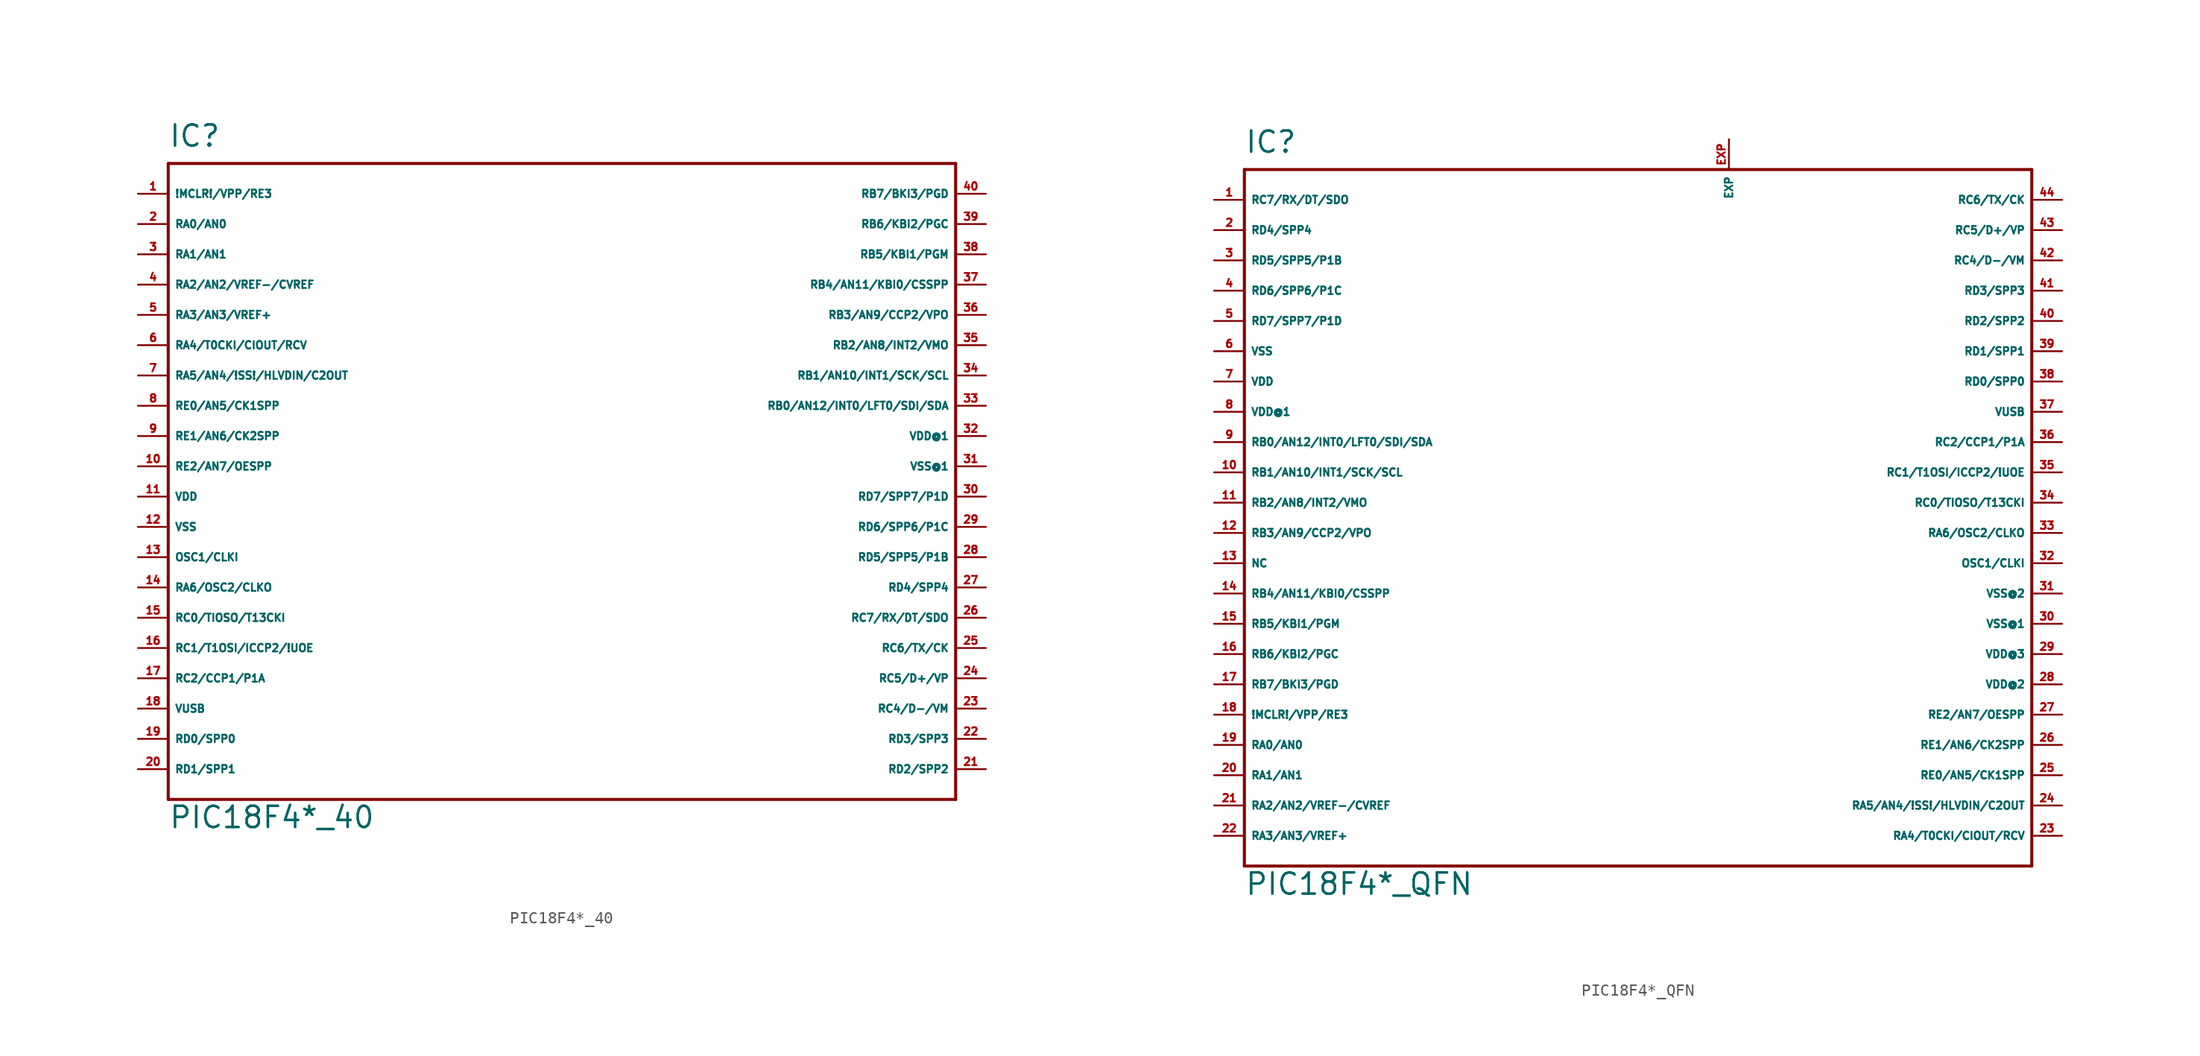
<source format=kicad_sym>
(kicad_symbol_lib
  (version 20220914)
  (generator Eagle2Kicad)
  (symbol "PIC18F4*_40"
    (property "Reference" "IC"
      (at -33.02 29.21 0)
      (effects (font (size 1.778 1.778) (thickness 0.22)) (justify left bottom)))
    (property "Value" "PIC18F4*_40"
      (at -33.02 -27.94 0)
      (effects (font (size 1.778 1.778) (thickness 0.22)) (justify left bottom)))
    (polyline
      (pts (xy -33.02 27.94) (xy 33.02 27.94))
      (stroke (width 0.254) (type default))
      (fill (type none)))
    (polyline
      (pts (xy 33.02 27.94) (xy 33.02 -25.4))
      (stroke (width 0.254) (type default))
      (fill (type none)))
    (polyline
      (pts (xy 33.02 -25.4) (xy -33.02 -25.4))
      (stroke (width 0.254) (type default))
      (fill (type none)))
    (polyline
      (pts (xy -33.02 -25.4) (xy -33.02 27.94))
      (stroke (width 0.254) (type default))
      (fill (type none)))
    (pin bidirectional line
      (at 35.56 -10.16 180)
      (length 2.54)
      (name "RC7/RX/DT/SDO" (effects (font (size 0.635 0.635) (thickness 0.08)) (justify left bottom)))
      (number "26" (effects (font (size 0.635 0.635) (thickness 0.08)) (justify left bottom))))
    (pin bidirectional line
      (at 35.56 -7.62 180)
      (length 2.54)
      (name "RD4/SPP4" (effects (font (size 0.635 0.635) (thickness 0.08)) (justify left bottom)))
      (number "27" (effects (font (size 0.635 0.635) (thickness 0.08)) (justify left bottom))))
    (pin bidirectional line
      (at 35.56 -5.08 180)
      (length 2.54)
      (name "RD5/SPP5/P1B" (effects (font (size 0.635 0.635) (thickness 0.08)) (justify left bottom)))
      (number "28" (effects (font (size 0.635 0.635) (thickness 0.08)) (justify left bottom))))
    (pin bidirectional line
      (at 35.56 -2.54 180)
      (length 2.54)
      (name "RD6/SPP6/P1C" (effects (font (size 0.635 0.635) (thickness 0.08)) (justify left bottom)))
      (number "29" (effects (font (size 0.635 0.635) (thickness 0.08)) (justify left bottom))))
    (pin bidirectional line
      (at 35.56 0 180)
      (length 2.54)
      (name "RD7/SPP7/P1D" (effects (font (size 0.635 0.635) (thickness 0.08)) (justify left bottom)))
      (number "30" (effects (font (size 0.635 0.635) (thickness 0.08)) (justify left bottom))))
    (pin unspecified line
      (at -35.56 -2.54 0)
      (length 2.54)
      (name "VSS" (effects (font (size 0.635 0.635) (thickness 0.08)) (justify left bottom)))
      (number "12" (effects (font (size 0.635 0.635) (thickness 0.08)) (justify left bottom))))
    (pin unspecified line
      (at -35.56 0 0)
      (length 2.54)
      (name "VDD" (effects (font (size 0.635 0.635) (thickness 0.08)) (justify left bottom)))
      (number "11" (effects (font (size 0.635 0.635) (thickness 0.08)) (justify left bottom))))
    (pin bidirectional line
      (at 35.56 7.62 180)
      (length 2.54)
      (name "RB0/AN12/INT0/LFT0/SDI/SDA" (effects (font (size 0.635 0.635) (thickness 0.08)) (justify left bottom)))
      (number "33" (effects (font (size 0.635 0.635) (thickness 0.08)) (justify left bottom))))
    (pin bidirectional line
      (at 35.56 10.16 180)
      (length 2.54)
      (name "RB1/AN10/INT1/SCK/SCL" (effects (font (size 0.635 0.635) (thickness 0.08)) (justify left bottom)))
      (number "34" (effects (font (size 0.635 0.635) (thickness 0.08)) (justify left bottom))))
    (pin bidirectional line
      (at 35.56 12.7 180)
      (length 2.54)
      (name "RB2/AN8/INT2/VMO" (effects (font (size 0.635 0.635) (thickness 0.08)) (justify left bottom)))
      (number "35" (effects (font (size 0.635 0.635) (thickness 0.08)) (justify left bottom))))
    (pin bidirectional line
      (at 35.56 15.24 180)
      (length 2.54)
      (name "RB3/AN9/CCP2/VPO" (effects (font (size 0.635 0.635) (thickness 0.08)) (justify left bottom)))
      (number "36" (effects (font (size 0.635 0.635) (thickness 0.08)) (justify left bottom))))
    (pin bidirectional line
      (at 35.56 17.78 180)
      (length 2.54)
      (name "RB4/AN11/KBI0/CSSPP" (effects (font (size 0.635 0.635) (thickness 0.08)) (justify left bottom)))
      (number "37" (effects (font (size 0.635 0.635) (thickness 0.08)) (justify left bottom))))
    (pin bidirectional line
      (at 35.56 20.32 180)
      (length 2.54)
      (name "RB5/KBI1/PGM" (effects (font (size 0.635 0.635) (thickness 0.08)) (justify left bottom)))
      (number "38" (effects (font (size 0.635 0.635) (thickness 0.08)) (justify left bottom))))
    (pin bidirectional line
      (at 35.56 22.86 180)
      (length 2.54)
      (name "RB6/KBI2/PGC" (effects (font (size 0.635 0.635) (thickness 0.08)) (justify left bottom)))
      (number "39" (effects (font (size 0.635 0.635) (thickness 0.08)) (justify left bottom))))
    (pin bidirectional line
      (at 35.56 25.4 180)
      (length 2.54)
      (name "RB7/BKI3/PGD" (effects (font (size 0.635 0.635) (thickness 0.08)) (justify left bottom)))
      (number "40" (effects (font (size 0.635 0.635) (thickness 0.08)) (justify left bottom))))
    (pin input line
      (at -35.56 25.4 0)
      (length 2.54)
      (name "!MCLR!/VPP/RE3" (effects (font (size 0.635 0.635) (thickness 0.08)) (justify left bottom)))
      (number "1" (effects (font (size 0.635 0.635) (thickness 0.08)) (justify left bottom))))
    (pin bidirectional line
      (at -35.56 22.86 0)
      (length 2.54)
      (name "RA0/AN0" (effects (font (size 0.635 0.635) (thickness 0.08)) (justify left bottom)))
      (number "2" (effects (font (size 0.635 0.635) (thickness 0.08)) (justify left bottom))))
    (pin bidirectional line
      (at -35.56 20.32 0)
      (length 2.54)
      (name "RA1/AN1" (effects (font (size 0.635 0.635) (thickness 0.08)) (justify left bottom)))
      (number "3" (effects (font (size 0.635 0.635) (thickness 0.08)) (justify left bottom))))
    (pin bidirectional line
      (at -35.56 17.78 0)
      (length 2.54)
      (name "RA2/AN2/VREF-/CVREF" (effects (font (size 0.635 0.635) (thickness 0.08)) (justify left bottom)))
      (number "4" (effects (font (size 0.635 0.635) (thickness 0.08)) (justify left bottom))))
    (pin bidirectional line
      (at -35.56 15.24 0)
      (length 2.54)
      (name "RA3/AN3/VREF+" (effects (font (size 0.635 0.635) (thickness 0.08)) (justify left bottom)))
      (number "5" (effects (font (size 0.635 0.635) (thickness 0.08)) (justify left bottom))))
    (pin bidirectional line
      (at -35.56 12.7 0)
      (length 2.54)
      (name "RA4/T0CKI/CIOUT/RCV" (effects (font (size 0.635 0.635) (thickness 0.08)) (justify left bottom)))
      (number "6" (effects (font (size 0.635 0.635) (thickness 0.08)) (justify left bottom))))
    (pin bidirectional line
      (at -35.56 10.16 0)
      (length 2.54)
      (name "RA5/AN4/!SS!/HLVDIN/C2OUT" (effects (font (size 0.635 0.635) (thickness 0.08)) (justify left bottom)))
      (number "7" (effects (font (size 0.635 0.635) (thickness 0.08)) (justify left bottom))))
    (pin bidirectional line
      (at -35.56 7.62 0)
      (length 2.54)
      (name "RE0/AN5/CK1SPP" (effects (font (size 0.635 0.635) (thickness 0.08)) (justify left bottom)))
      (number "8" (effects (font (size 0.635 0.635) (thickness 0.08)) (justify left bottom))))
    (pin bidirectional line
      (at -35.56 5.08 0)
      (length 2.54)
      (name "RE1/AN6/CK2SPP" (effects (font (size 0.635 0.635) (thickness 0.08)) (justify left bottom)))
      (number "9" (effects (font (size 0.635 0.635) (thickness 0.08)) (justify left bottom))))
    (pin bidirectional line
      (at -35.56 2.54 0)
      (length 2.54)
      (name "RE2/AN7/OESPP" (effects (font (size 0.635 0.635) (thickness 0.08)) (justify left bottom)))
      (number "10" (effects (font (size 0.635 0.635) (thickness 0.08)) (justify left bottom))))
    (pin unspecified line
      (at 35.56 5.08 180)
      (length 2.54)
      (name "VDD@1" (effects (font (size 0.635 0.635) (thickness 0.08)) (justify left bottom)))
      (number "32" (effects (font (size 0.635 0.635) (thickness 0.08)) (justify left bottom))))
    (pin unspecified line
      (at 35.56 2.54 180)
      (length 2.54)
      (name "VSS@1" (effects (font (size 0.635 0.635) (thickness 0.08)) (justify left bottom)))
      (number "31" (effects (font (size 0.635 0.635) (thickness 0.08)) (justify left bottom))))
    (pin input line
      (at -35.56 -5.08 0)
      (length 2.54)
      (name "OSC1/CLKI" (effects (font (size 0.635 0.635) (thickness 0.08)) (justify left bottom)))
      (number "13" (effects (font (size 0.635 0.635) (thickness 0.08)) (justify left bottom))))
    (pin output line
      (at -35.56 -7.62 0)
      (length 2.54)
      (name "RA6/OSC2/CLKO" (effects (font (size 0.635 0.635) (thickness 0.08)) (justify left bottom)))
      (number "14" (effects (font (size 0.635 0.635) (thickness 0.08)) (justify left bottom))))
    (pin bidirectional line
      (at -35.56 -10.16 0)
      (length 2.54)
      (name "RC0/TIOSO/T13CKI" (effects (font (size 0.635 0.635) (thickness 0.08)) (justify left bottom)))
      (number "15" (effects (font (size 0.635 0.635) (thickness 0.08)) (justify left bottom))))
    (pin bidirectional line
      (at -35.56 -12.7 0)
      (length 2.54)
      (name "RC1/T1OSI/ICCP2/!UOE" (effects (font (size 0.635 0.635) (thickness 0.08)) (justify left bottom)))
      (number "16" (effects (font (size 0.635 0.635) (thickness 0.08)) (justify left bottom))))
    (pin bidirectional line
      (at -35.56 -15.24 0)
      (length 2.54)
      (name "RC2/CCP1/P1A" (effects (font (size 0.635 0.635) (thickness 0.08)) (justify left bottom)))
      (number "17" (effects (font (size 0.635 0.635) (thickness 0.08)) (justify left bottom))))
    (pin bidirectional line
      (at -35.56 -17.78 0)
      (length 2.54)
      (name "VUSB" (effects (font (size 0.635 0.635) (thickness 0.08)) (justify left bottom)))
      (number "18" (effects (font (size 0.635 0.635) (thickness 0.08)) (justify left bottom))))
    (pin bidirectional line
      (at -35.56 -20.32 0)
      (length 2.54)
      (name "RD0/SPP0" (effects (font (size 0.635 0.635) (thickness 0.08)) (justify left bottom)))
      (number "19" (effects (font (size 0.635 0.635) (thickness 0.08)) (justify left bottom))))
    (pin bidirectional line
      (at -35.56 -22.86 0)
      (length 2.54)
      (name "RD1/SPP1" (effects (font (size 0.635 0.635) (thickness 0.08)) (justify left bottom)))
      (number "20" (effects (font (size 0.635 0.635) (thickness 0.08)) (justify left bottom))))
    (pin bidirectional line
      (at 35.56 -22.86 180)
      (length 2.54)
      (name "RD2/SPP2" (effects (font (size 0.635 0.635) (thickness 0.08)) (justify left bottom)))
      (number "21" (effects (font (size 0.635 0.635) (thickness 0.08)) (justify left bottom))))
    (pin bidirectional line
      (at 35.56 -20.32 180)
      (length 2.54)
      (name "RD3/SPP3" (effects (font (size 0.635 0.635) (thickness 0.08)) (justify left bottom)))
      (number "22" (effects (font (size 0.635 0.635) (thickness 0.08)) (justify left bottom))))
    (pin bidirectional line
      (at 35.56 -17.78 180)
      (length 2.54)
      (name "RC4/D-/VM" (effects (font (size 0.635 0.635) (thickness 0.08)) (justify left bottom)))
      (number "23" (effects (font (size 0.635 0.635) (thickness 0.08)) (justify left bottom))))
    (pin bidirectional line
      (at 35.56 -15.24 180)
      (length 2.54)
      (name "RC5/D+/VP" (effects (font (size 0.635 0.635) (thickness 0.08)) (justify left bottom)))
      (number "24" (effects (font (size 0.635 0.635) (thickness 0.08)) (justify left bottom))))
    (pin bidirectional line
      (at 35.56 -12.7 180)
      (length 2.54)
      (name "RC6/TX/CK" (effects (font (size 0.635 0.635) (thickness 0.08)) (justify left bottom)))
      (number "25" (effects (font (size 0.635 0.635) (thickness 0.08)) (justify left bottom)))))
  (symbol "PIC18F4*_QFN"
    (property "Reference" "IC"
      (at -33.02 31.75 0)
      (effects (font (size 1.778 1.778) (thickness 0.22)) (justify left bottom)))
    (property "Value" "PIC18F4*_QFN"
      (at -33.02 -30.48 0)
      (effects (font (size 1.778 1.778) (thickness 0.22)) (justify left bottom)))
    (polyline
      (pts (xy -33.02 30.48) (xy 33.02 30.48))
      (stroke (width 0.254) (type default))
      (fill (type none)))
    (polyline
      (pts (xy 33.02 30.48) (xy 33.02 -27.94))
      (stroke (width 0.254) (type default))
      (fill (type none)))
    (polyline
      (pts (xy 33.02 -27.94) (xy -33.02 -27.94))
      (stroke (width 0.254) (type default))
      (fill (type none)))
    (polyline
      (pts (xy -33.02 -27.94) (xy -33.02 30.48))
      (stroke (width 0.254) (type default))
      (fill (type none)))
    (pin bidirectional line
      (at -35.56 27.94 0)
      (length 2.54)
      (name "RC7/RX/DT/SDO" (effects (font (size 0.635 0.635) (thickness 0.08)) (justify left bottom)))
      (number "1" (effects (font (size 0.635 0.635) (thickness 0.08)) (justify left bottom))))
    (pin bidirectional line
      (at -35.56 25.4 0)
      (length 2.54)
      (name "RD4/SPP4" (effects (font (size 0.635 0.635) (thickness 0.08)) (justify left bottom)))
      (number "2" (effects (font (size 0.635 0.635) (thickness 0.08)) (justify left bottom))))
    (pin bidirectional line
      (at -35.56 22.86 0)
      (length 2.54)
      (name "RD5/SPP5/P1B" (effects (font (size 0.635 0.635) (thickness 0.08)) (justify left bottom)))
      (number "3" (effects (font (size 0.635 0.635) (thickness 0.08)) (justify left bottom))))
    (pin bidirectional line
      (at -35.56 20.32 0)
      (length 2.54)
      (name "RD6/SPP6/P1C" (effects (font (size 0.635 0.635) (thickness 0.08)) (justify left bottom)))
      (number "4" (effects (font (size 0.635 0.635) (thickness 0.08)) (justify left bottom))))
    (pin bidirectional line
      (at -35.56 17.78 0)
      (length 2.54)
      (name "RD7/SPP7/P1D" (effects (font (size 0.635 0.635) (thickness 0.08)) (justify left bottom)))
      (number "5" (effects (font (size 0.635 0.635) (thickness 0.08)) (justify left bottom))))
    (pin unspecified line
      (at -35.56 15.24 0)
      (length 2.54)
      (name "VSS" (effects (font (size 0.635 0.635) (thickness 0.08)) (justify left bottom)))
      (number "6" (effects (font (size 0.635 0.635) (thickness 0.08)) (justify left bottom))))
    (pin unspecified line
      (at -35.56 12.7 0)
      (length 2.54)
      (name "VDD" (effects (font (size 0.635 0.635) (thickness 0.08)) (justify left bottom)))
      (number "7" (effects (font (size 0.635 0.635) (thickness 0.08)) (justify left bottom))))
    (pin bidirectional line
      (at -35.56 7.62 0)
      (length 2.54)
      (name "RB0/AN12/INT0/LFT0/SDI/SDA" (effects (font (size 0.635 0.635) (thickness 0.08)) (justify left bottom)))
      (number "9" (effects (font (size 0.635 0.635) (thickness 0.08)) (justify left bottom))))
    (pin bidirectional line
      (at -35.56 5.08 0)
      (length 2.54)
      (name "RB1/AN10/INT1/SCK/SCL" (effects (font (size 0.635 0.635) (thickness 0.08)) (justify left bottom)))
      (number "10" (effects (font (size 0.635 0.635) (thickness 0.08)) (justify left bottom))))
    (pin bidirectional line
      (at -35.56 2.54 0)
      (length 2.54)
      (name "RB2/AN8/INT2/VMO" (effects (font (size 0.635 0.635) (thickness 0.08)) (justify left bottom)))
      (number "11" (effects (font (size 0.635 0.635) (thickness 0.08)) (justify left bottom))))
    (pin bidirectional line
      (at -35.56 0 0)
      (length 2.54)
      (name "RB3/AN9/CCP2/VPO" (effects (font (size 0.635 0.635) (thickness 0.08)) (justify left bottom)))
      (number "12" (effects (font (size 0.635 0.635) (thickness 0.08)) (justify left bottom))))
    (pin bidirectional line
      (at -35.56 -2.54 0)
      (length 2.54)
      (name "NC" (effects (font (size 0.635 0.635) (thickness 0.08)) (justify left bottom)))
      (number "13" (effects (font (size 0.635 0.635) (thickness 0.08)) (justify left bottom))))
    (pin bidirectional line
      (at -35.56 -5.08 0)
      (length 2.54)
      (name "RB4/AN11/KBI0/CSSPP" (effects (font (size 0.635 0.635) (thickness 0.08)) (justify left bottom)))
      (number "14" (effects (font (size 0.635 0.635) (thickness 0.08)) (justify left bottom))))
    (pin bidirectional line
      (at -35.56 -7.62 0)
      (length 2.54)
      (name "RB5/KBI1/PGM" (effects (font (size 0.635 0.635) (thickness 0.08)) (justify left bottom)))
      (number "15" (effects (font (size 0.635 0.635) (thickness 0.08)) (justify left bottom))))
    (pin bidirectional line
      (at -35.56 -10.16 0)
      (length 2.54)
      (name "RB6/KBI2/PGC" (effects (font (size 0.635 0.635) (thickness 0.08)) (justify left bottom)))
      (number "16" (effects (font (size 0.635 0.635) (thickness 0.08)) (justify left bottom))))
    (pin bidirectional line
      (at -35.56 -12.7 0)
      (length 2.54)
      (name "RB7/BKI3/PGD" (effects (font (size 0.635 0.635) (thickness 0.08)) (justify left bottom)))
      (number "17" (effects (font (size 0.635 0.635) (thickness 0.08)) (justify left bottom))))
    (pin input line
      (at -35.56 -15.24 0)
      (length 2.54)
      (name "!MCLR!/VPP/RE3" (effects (font (size 0.635 0.635) (thickness 0.08)) (justify left bottom)))
      (number "18" (effects (font (size 0.635 0.635) (thickness 0.08)) (justify left bottom))))
    (pin bidirectional line
      (at -35.56 -17.78 0)
      (length 2.54)
      (name "RA0/AN0" (effects (font (size 0.635 0.635) (thickness 0.08)) (justify left bottom)))
      (number "19" (effects (font (size 0.635 0.635) (thickness 0.08)) (justify left bottom))))
    (pin bidirectional line
      (at -35.56 -20.32 0)
      (length 2.54)
      (name "RA1/AN1" (effects (font (size 0.635 0.635) (thickness 0.08)) (justify left bottom)))
      (number "20" (effects (font (size 0.635 0.635) (thickness 0.08)) (justify left bottom))))
    (pin bidirectional line
      (at -35.56 -22.86 0)
      (length 2.54)
      (name "RA2/AN2/VREF-/CVREF" (effects (font (size 0.635 0.635) (thickness 0.08)) (justify left bottom)))
      (number "21" (effects (font (size 0.635 0.635) (thickness 0.08)) (justify left bottom))))
    (pin bidirectional line
      (at -35.56 -25.4 0)
      (length 2.54)
      (name "RA3/AN3/VREF+" (effects (font (size 0.635 0.635) (thickness 0.08)) (justify left bottom)))
      (number "22" (effects (font (size 0.635 0.635) (thickness 0.08)) (justify left bottom))))
    (pin bidirectional line
      (at 35.56 -25.4 180)
      (length 2.54)
      (name "RA4/T0CKI/CIOUT/RCV" (effects (font (size 0.635 0.635) (thickness 0.08)) (justify left bottom)))
      (number "23" (effects (font (size 0.635 0.635) (thickness 0.08)) (justify left bottom))))
    (pin bidirectional line
      (at 35.56 -22.86 180)
      (length 2.54)
      (name "RA5/AN4/!SS!/HLVDIN/C2OUT" (effects (font (size 0.635 0.635) (thickness 0.08)) (justify left bottom)))
      (number "24" (effects (font (size 0.635 0.635) (thickness 0.08)) (justify left bottom))))
    (pin bidirectional line
      (at 35.56 -20.32 180)
      (length 2.54)
      (name "RE0/AN5/CK1SPP" (effects (font (size 0.635 0.635) (thickness 0.08)) (justify left bottom)))
      (number "25" (effects (font (size 0.635 0.635) (thickness 0.08)) (justify left bottom))))
    (pin bidirectional line
      (at 35.56 -17.78 180)
      (length 2.54)
      (name "RE1/AN6/CK2SPP" (effects (font (size 0.635 0.635) (thickness 0.08)) (justify left bottom)))
      (number "26" (effects (font (size 0.635 0.635) (thickness 0.08)) (justify left bottom))))
    (pin bidirectional line
      (at 35.56 -15.24 180)
      (length 2.54)
      (name "RE2/AN7/OESPP" (effects (font (size 0.635 0.635) (thickness 0.08)) (justify left bottom)))
      (number "27" (effects (font (size 0.635 0.635) (thickness 0.08)) (justify left bottom))))
    (pin unspecified line
      (at -35.56 10.16 0)
      (length 2.54)
      (name "VDD@1" (effects (font (size 0.635 0.635) (thickness 0.08)) (justify left bottom)))
      (number "8" (effects (font (size 0.635 0.635) (thickness 0.08)) (justify left bottom))))
    (pin unspecified line
      (at 35.56 -7.62 180)
      (length 2.54)
      (name "VSS@1" (effects (font (size 0.635 0.635) (thickness 0.08)) (justify left bottom)))
      (number "30" (effects (font (size 0.635 0.635) (thickness 0.08)) (justify left bottom))))
    (pin input line
      (at 35.56 -2.54 180)
      (length 2.54)
      (name "OSC1/CLKI" (effects (font (size 0.635 0.635) (thickness 0.08)) (justify left bottom)))
      (number "32" (effects (font (size 0.635 0.635) (thickness 0.08)) (justify left bottom))))
    (pin output line
      (at 35.56 0 180)
      (length 2.54)
      (name "RA6/OSC2/CLKO" (effects (font (size 0.635 0.635) (thickness 0.08)) (justify left bottom)))
      (number "33" (effects (font (size 0.635 0.635) (thickness 0.08)) (justify left bottom))))
    (pin bidirectional line
      (at 35.56 2.54 180)
      (length 2.54)
      (name "RC0/TIOSO/T13CKI" (effects (font (size 0.635 0.635) (thickness 0.08)) (justify left bottom)))
      (number "34" (effects (font (size 0.635 0.635) (thickness 0.08)) (justify left bottom))))
    (pin bidirectional line
      (at 35.56 5.08 180)
      (length 2.54)
      (name "RC1/T1OSI/ICCP2/!UOE" (effects (font (size 0.635 0.635) (thickness 0.08)) (justify left bottom)))
      (number "35" (effects (font (size 0.635 0.635) (thickness 0.08)) (justify left bottom))))
    (pin bidirectional line
      (at 35.56 7.62 180)
      (length 2.54)
      (name "RC2/CCP1/P1A" (effects (font (size 0.635 0.635) (thickness 0.08)) (justify left bottom)))
      (number "36" (effects (font (size 0.635 0.635) (thickness 0.08)) (justify left bottom))))
    (pin bidirectional line
      (at 35.56 10.16 180)
      (length 2.54)
      (name "VUSB" (effects (font (size 0.635 0.635) (thickness 0.08)) (justify left bottom)))
      (number "37" (effects (font (size 0.635 0.635) (thickness 0.08)) (justify left bottom))))
    (pin bidirectional line
      (at 35.56 12.7 180)
      (length 2.54)
      (name "RD0/SPP0" (effects (font (size 0.635 0.635) (thickness 0.08)) (justify left bottom)))
      (number "38" (effects (font (size 0.635 0.635) (thickness 0.08)) (justify left bottom))))
    (pin bidirectional line
      (at 35.56 15.24 180)
      (length 2.54)
      (name "RD1/SPP1" (effects (font (size 0.635 0.635) (thickness 0.08)) (justify left bottom)))
      (number "39" (effects (font (size 0.635 0.635) (thickness 0.08)) (justify left bottom))))
    (pin bidirectional line
      (at 35.56 17.78 180)
      (length 2.54)
      (name "RD2/SPP2" (effects (font (size 0.635 0.635) (thickness 0.08)) (justify left bottom)))
      (number "40" (effects (font (size 0.635 0.635) (thickness 0.08)) (justify left bottom))))
    (pin bidirectional line
      (at 35.56 20.32 180)
      (length 2.54)
      (name "RD3/SPP3" (effects (font (size 0.635 0.635) (thickness 0.08)) (justify left bottom)))
      (number "41" (effects (font (size 0.635 0.635) (thickness 0.08)) (justify left bottom))))
    (pin bidirectional line
      (at 35.56 22.86 180)
      (length 2.54)
      (name "RC4/D-/VM" (effects (font (size 0.635 0.635) (thickness 0.08)) (justify left bottom)))
      (number "42" (effects (font (size 0.635 0.635) (thickness 0.08)) (justify left bottom))))
    (pin bidirectional line
      (at 35.56 25.4 180)
      (length 2.54)
      (name "RC5/D+/VP" (effects (font (size 0.635 0.635) (thickness 0.08)) (justify left bottom)))
      (number "43" (effects (font (size 0.635 0.635) (thickness 0.08)) (justify left bottom))))
    (pin bidirectional line
      (at 35.56 27.94 180)
      (length 2.54)
      (name "RC6/TX/CK" (effects (font (size 0.635 0.635) (thickness 0.08)) (justify left bottom)))
      (number "44" (effects (font (size 0.635 0.635) (thickness 0.08)) (justify left bottom))))
    (pin unspecified line
      (at 35.56 -12.7 180)
      (length 2.54)
      (name "VDD@2" (effects (font (size 0.635 0.635) (thickness 0.08)) (justify left bottom)))
      (number "28" (effects (font (size 0.635 0.635) (thickness 0.08)) (justify left bottom))))
    (pin unspecified line
      (at 35.56 -10.16 180)
      (length 2.54)
      (name "VDD@3" (effects (font (size 0.635 0.635) (thickness 0.08)) (justify left bottom)))
      (number "29" (effects (font (size 0.635 0.635) (thickness 0.08)) (justify left bottom))))
    (pin unspecified line
      (at 35.56 -5.08 180)
      (length 2.54)
      (name "VSS@2" (effects (font (size 0.635 0.635) (thickness 0.08)) (justify left bottom)))
      (number "31" (effects (font (size 0.635 0.635) (thickness 0.08)) (justify left bottom))))
    (pin passive line
      (at 7.62 33.02 270)
      (length 2.54)
      (name "EXP" (effects (font (size 0.635 0.635) (thickness 0.08)) (justify left bottom)))
      (number "EXP" (effects (font (size 0.635 0.635) (thickness 0.08)) (justify left bottom))))))
</source>
